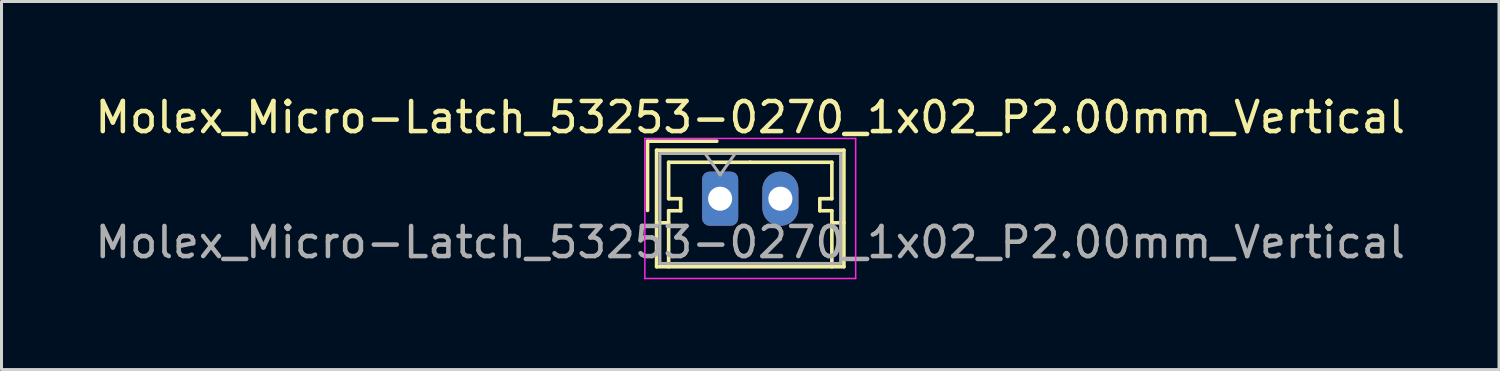
<source format=kicad_pcb>
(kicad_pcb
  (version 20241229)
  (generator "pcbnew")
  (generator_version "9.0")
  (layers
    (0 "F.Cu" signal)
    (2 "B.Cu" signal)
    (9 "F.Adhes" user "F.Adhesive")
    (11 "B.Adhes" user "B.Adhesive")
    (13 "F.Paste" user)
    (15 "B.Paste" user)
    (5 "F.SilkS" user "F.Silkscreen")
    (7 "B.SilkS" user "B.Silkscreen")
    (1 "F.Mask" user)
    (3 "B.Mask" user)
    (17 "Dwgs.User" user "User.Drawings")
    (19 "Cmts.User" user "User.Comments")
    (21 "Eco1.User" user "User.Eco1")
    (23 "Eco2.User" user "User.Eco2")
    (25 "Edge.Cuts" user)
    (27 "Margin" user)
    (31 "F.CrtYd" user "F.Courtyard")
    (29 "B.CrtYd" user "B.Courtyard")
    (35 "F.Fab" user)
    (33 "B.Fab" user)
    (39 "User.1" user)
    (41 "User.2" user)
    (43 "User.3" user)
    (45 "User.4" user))
  (footprint "Molex_Micro-Latch_53253-0270_1x02_P2.00mm_Vertical"
    (layer "F.Cu")
    (at 20.863 3.548)
    (property "Reference" "Molex_Micro-Latch_53253-0270_1x02_P2.00mm_Vertical" (at 1 -2.7 0) (layer "F.SilkS") (effects (font (size 1 1) (thickness 0.15))))
    (attr through_hole)
    (fp_line (start -2.41 -1.91) (end -2.41 0.39) (stroke (width 0.12) (type solid)) (layer "F.SilkS"))
    (fp_line (start -2.11 -1.61) (end -2.11 2.26) (stroke (width 0.12) (type solid)) (layer "F.SilkS"))
    (fp_line (start -2.11 0.8) (end -1.71 0.8) (stroke (width 0.12) (type solid)) (layer "F.SilkS"))
    (fp_line (start -2.11 2.26) (end 4.11 2.26) (stroke (width 0.12) (type solid)) (layer "F.SilkS"))
    (fp_line (start -1.71 -1.21) (end -1.71 0) (stroke (width 0.12) (type solid)) (layer "F.SilkS"))
    (fp_line (start -1.71 0) (end -1.31 0) (stroke (width 0.12) (type solid)) (layer "F.SilkS"))
    (fp_line (start -1.71 0.4) (end -1.71 2.26) (stroke (width 0.12) (type solid)) (layer "F.SilkS"))
    (fp_line (start -1.31 0) (end -1.31 0.4) (stroke (width 0.12) (type solid)) (layer "F.SilkS"))
    (fp_line (start -1.31 0.4) (end -1.71 0.4) (stroke (width 0.12) (type solid)) (layer "F.SilkS"))
    (fp_line (start -0.11 -1.91) (end -2.41 -1.91) (stroke (width 0.12) (type solid)) (layer "F.SilkS"))
    (fp_line (start 1 -1.21) (end -1.71 -1.21) (stroke (width 0.12) (type solid)) (layer "F.SilkS"))
    (fp_line (start 1 -1.21) (end 3.71 -1.21) (stroke (width 0.12) (type solid)) (layer "F.SilkS"))
    (fp_line (start 3.31 0) (end 3.31 0.4) (stroke (width 0.12) (type solid)) (layer "F.SilkS"))
    (fp_line (start 3.31 0.4) (end 3.71 0.4) (stroke (width 0.12) (type solid)) (layer "F.SilkS"))
    (fp_line (start 3.71 -1.21) (end 3.71 0) (stroke (width 0.12) (type solid)) (layer "F.SilkS"))
    (fp_line (start 3.71 0) (end 3.31 0) (stroke (width 0.12) (type solid)) (layer "F.SilkS"))
    (fp_line (start 3.71 0.4) (end 3.71 2.26) (stroke (width 0.12) (type solid)) (layer "F.SilkS"))
    (fp_line (start 4.11 -1.61) (end -2.11 -1.61) (stroke (width 0.12) (type solid)) (layer "F.SilkS"))
    (fp_line (start 4.11 0.8) (end 3.71 0.8) (stroke (width 0.12) (type solid)) (layer "F.SilkS"))
    (fp_line (start 4.11 2.26) (end 4.11 -1.61) (stroke (width 0.12) (type solid)) (layer "F.SilkS"))
    (fp_line (start -2.5 -2) (end -2.5 2.65) (stroke (width 0.05) (type solid)) (layer "F.CrtYd"))
    (fp_line (start -2.5 2.65) (end 4.5 2.65) (stroke (width 0.05) (type solid)) (layer "F.CrtYd"))
    (fp_line (start 4.5 -2) (end -2.5 -2) (stroke (width 0.05) (type solid)) (layer "F.CrtYd"))
    (fp_line (start 4.5 2.65) (end 4.5 -2) (stroke (width 0.05) (type solid)) (layer "F.CrtYd"))
    (fp_line (start -2 -1.5) (end -2 2.15) (stroke (width 0.1) (type solid)) (layer "F.Fab"))
    (fp_line (start -2 2.15) (end 4 2.15) (stroke (width 0.1) (type solid)) (layer "F.Fab"))
    (fp_line (start -0.5 -1.5) (end 0 -0.793) (stroke (width 0.1) (type solid)) (layer "F.Fab"))
    (fp_line (start 0 -0.793) (end 0.5 -1.5) (stroke (width 0.1) (type solid)) (layer "F.Fab"))
    (fp_line (start 4 -1.5) (end -2 -1.5) (stroke (width 0.1) (type solid)) (layer "F.Fab"))
    (fp_line (start 4 2.15) (end 4 -1.5) (stroke (width 0.1) (type solid)) (layer "F.Fab"))
    (fp_text user "${REFERENCE}" (at 1 1.45 0) (layer "F.Fab") (effects (font (size 1 1) (thickness 0.15))))
    (pad "1" thru_hole roundrect (at 0 0) (size 1.2 1.8) (drill 0.8) (layers "*.Cu" "*.Mask") (roundrect_rratio 0.208))
    (pad "2" thru_hole oval (at 2 0) (size 1.2 1.8) (drill 0.8) (layers "*.Cu" "*.Mask")))
  (gr_rect
    (start -3 -3)
    (end 46.726 9.223)
    (stroke (width 0.1) (type default))
    (fill no)
    (layer "Edge.Cuts")))
</source>
